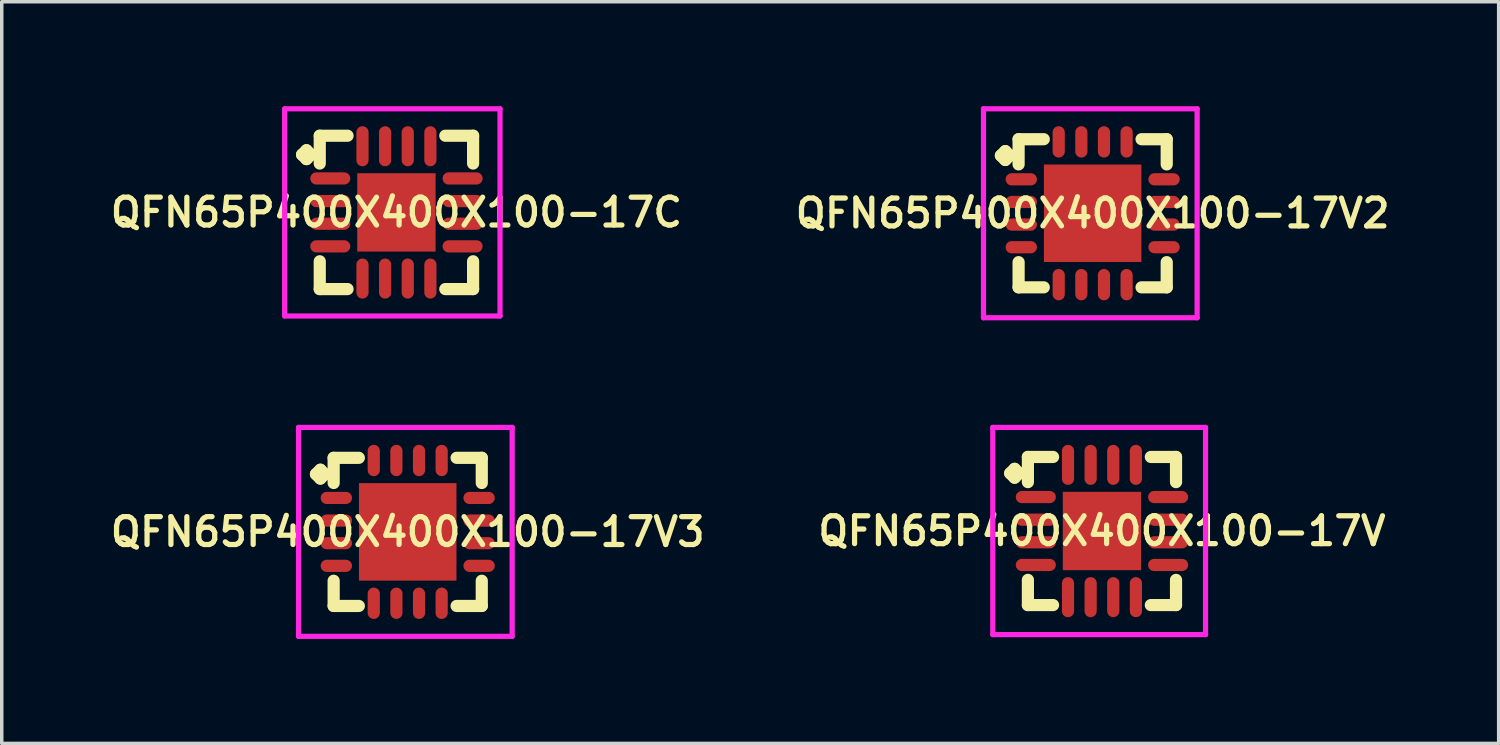
<source format=kicad_pcb>
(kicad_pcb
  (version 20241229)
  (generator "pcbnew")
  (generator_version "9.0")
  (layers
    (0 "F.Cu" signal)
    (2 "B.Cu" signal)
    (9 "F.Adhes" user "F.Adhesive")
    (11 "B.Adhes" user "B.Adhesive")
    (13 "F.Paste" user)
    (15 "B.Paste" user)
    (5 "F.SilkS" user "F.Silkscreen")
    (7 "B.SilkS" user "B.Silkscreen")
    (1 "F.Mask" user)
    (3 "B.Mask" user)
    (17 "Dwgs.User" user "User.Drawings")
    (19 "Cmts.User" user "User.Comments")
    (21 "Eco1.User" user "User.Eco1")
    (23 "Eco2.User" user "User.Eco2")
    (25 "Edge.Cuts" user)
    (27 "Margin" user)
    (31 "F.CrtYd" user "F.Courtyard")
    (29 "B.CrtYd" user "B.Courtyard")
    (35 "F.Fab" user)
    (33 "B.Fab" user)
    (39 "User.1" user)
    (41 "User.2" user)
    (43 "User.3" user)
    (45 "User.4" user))
  (footprint "QFN65P400X400X100-17V2"
    (layer "F.Cu")
    (at 28.33 3.075)
    (property "Reference" "QFN65P400X400X100-17V2" (at 0 0 0) (layer "F.SilkS") (effects (font (size 0.8 0.8) (thickness 0.15))))
    (attr smd)
    (fp_line (start -2.635 -1.658) (end -2.508 -1.785) (stroke (width 0.35) (type solid)) (layer "F.SilkS"))
    (fp_line (start -2.508 -1.785) (end -2.381 -1.658) (stroke (width 0.35) (type solid)) (layer "F.SilkS"))
    (fp_line (start -2.508 -1.531) (end -2.635 -1.658) (stroke (width 0.35) (type solid)) (layer "F.SilkS"))
    (fp_line (start -2.381 -1.658) (end -2.508 -1.531) (stroke (width 0.35) (type solid)) (layer "F.SilkS"))
    (fp_line (start -2.127 -2.127) (end -1.404 -2.127) (stroke (width 0.35) (type solid)) (layer "F.SilkS"))
    (fp_line (start -2.127 -1.404) (end -2.127 -2.127) (stroke (width 0.35) (type solid)) (layer "F.SilkS"))
    (fp_line (start -2.127 1.404) (end -2.127 2.127) (stroke (width 0.35) (type solid)) (layer "F.SilkS"))
    (fp_line (start -2.127 2.127) (end -1.404 2.127) (stroke (width 0.35) (type solid)) (layer "F.SilkS"))
    (fp_line (start 1.404 -2.127) (end 2.127 -2.127) (stroke (width 0.35) (type solid)) (layer "F.SilkS"))
    (fp_line (start 1.404 2.127) (end 2.127 2.127) (stroke (width 0.35) (type solid)) (layer "F.SilkS"))
    (fp_line (start 2.127 -2.127) (end 2.127 -1.404) (stroke (width 0.35) (type solid)) (layer "F.SilkS"))
    (fp_line (start 2.127 2.127) (end 2.127 1.404) (stroke (width 0.35) (type solid)) (layer "F.SilkS"))
    (fp_line (start -3.135 -3) (end 3 -3) (stroke (width 0.15) (type solid)) (layer "F.CrtYd"))
    (fp_line (start -3.135 3) (end -3.135 -3) (stroke (width 0.15) (type solid)) (layer "F.CrtYd"))
    (fp_line (start 3 -3) (end 3 3) (stroke (width 0.15) (type solid)) (layer "F.CrtYd"))
    (fp_line (start 3 3) (end -3.135 3) (stroke (width 0.15) (type solid)) (layer "F.CrtYd"))
    (pad "1" smd oval (at -2.05 -0.975) (size 0.9 0.35) (layers "F.Cu" "F.Mask" "F.Paste"))
    (pad "2" smd oval (at -2.05 -0.325) (size 0.9 0.35) (layers "F.Cu" "F.Mask" "F.Paste"))
    (pad "3" smd oval (at -2.05 0.325) (size 0.9 0.35) (layers "F.Cu" "F.Mask" "F.Paste"))
    (pad "4" smd oval (at -2.05 0.975) (size 0.9 0.35) (layers "F.Cu" "F.Mask" "F.Paste"))
    (pad "5" smd oval (at -0.975 2.05) (size 0.35 0.9) (layers "F.Cu" "F.Mask" "F.Paste"))
    (pad "6" smd oval (at -0.325 2.05) (size 0.35 0.9) (layers "F.Cu" "F.Mask" "F.Paste"))
    (pad "7" smd oval (at 0.325 2.05) (size 0.35 0.9) (layers "F.Cu" "F.Mask" "F.Paste"))
    (pad "8" smd oval (at 0.975 2.05) (size 0.35 0.9) (layers "F.Cu" "F.Mask" "F.Paste"))
    (pad "9" smd oval (at 2.05 0.975) (size 0.9 0.35) (layers "F.Cu" "F.Mask" "F.Paste"))
    (pad "10" smd oval (at 2.05 0.325) (size 0.9 0.35) (layers "F.Cu" "F.Mask" "F.Paste"))
    (pad "11" smd oval (at 2.05 -0.325) (size 0.9 0.35) (layers "F.Cu" "F.Mask" "F.Paste"))
    (pad "12" smd oval (at 2.05 -0.975) (size 0.9 0.35) (layers "F.Cu" "F.Mask" "F.Paste"))
    (pad "13" smd oval (at 0.975 -2.05) (size 0.35 0.9) (layers "F.Cu" "F.Mask" "F.Paste"))
    (pad "14" smd oval (at 0.325 -2.05) (size 0.35 0.9) (layers "F.Cu" "F.Mask" "F.Paste"))
    (pad "15" smd oval (at -0.325 -2.05) (size 0.35 0.9) (layers "F.Cu" "F.Mask" "F.Paste"))
    (pad "16" smd oval (at -0.975 -2.05) (size 0.35 0.9) (layers "F.Cu" "F.Mask" "F.Paste"))
    (pad "17" smd rect (at 0 0) (size 2.8 2.8) (layers "F.Cu" "F.Mask" "F.Paste")))
  (footprint "QFN65P400X400X100-17C"
    (layer "F.Cu")
    (at 8.335 3.05)
    (property "Reference" "QFN65P400X400X100-17C" (at 0 0 0) (layer "F.SilkS") (effects (font (size 0.8 0.8) (thickness 0.15))))
    (attr smd)
    (fp_line (start -2.71 -1.658) (end -2.583 -1.785) (stroke (width 0.35) (type solid)) (layer "F.SilkS"))
    (fp_line (start -2.583 -1.785) (end -2.456 -1.658) (stroke (width 0.35) (type solid)) (layer "F.SilkS"))
    (fp_line (start -2.583 -1.531) (end -2.71 -1.658) (stroke (width 0.35) (type solid)) (layer "F.SilkS"))
    (fp_line (start -2.456 -1.658) (end -2.583 -1.531) (stroke (width 0.35) (type solid)) (layer "F.SilkS"))
    (fp_line (start -2.202 -2.202) (end -1.404 -2.202) (stroke (width 0.35) (type solid)) (layer "F.SilkS"))
    (fp_line (start -2.202 -1.404) (end -2.202 -2.202) (stroke (width 0.35) (type solid)) (layer "F.SilkS"))
    (fp_line (start -2.202 1.404) (end -2.202 2.202) (stroke (width 0.35) (type solid)) (layer "F.SilkS"))
    (fp_line (start -2.202 2.202) (end -1.404 2.202) (stroke (width 0.35) (type solid)) (layer "F.SilkS"))
    (fp_line (start 1.404 -2.202) (end 2.202 -2.202) (stroke (width 0.35) (type solid)) (layer "F.SilkS"))
    (fp_line (start 1.404 2.202) (end 2.202 2.202) (stroke (width 0.35) (type solid)) (layer "F.SilkS"))
    (fp_line (start 2.202 -2.202) (end 2.202 -1.404) (stroke (width 0.35) (type solid)) (layer "F.SilkS"))
    (fp_line (start 2.202 2.202) (end 2.202 1.404) (stroke (width 0.35) (type solid)) (layer "F.SilkS"))
    (fp_line (start -3.21 -2.975) (end 2.975 -2.975) (stroke (width 0.15) (type solid)) (layer "F.CrtYd"))
    (fp_line (start -3.21 2.975) (end -3.21 -2.975) (stroke (width 0.15) (type solid)) (layer "F.CrtYd"))
    (fp_line (start 2.975 -2.975) (end 2.975 2.975) (stroke (width 0.15) (type solid)) (layer "F.CrtYd"))
    (fp_line (start 2.975 2.975) (end -3.21 2.975) (stroke (width 0.15) (type solid)) (layer "F.CrtYd"))
    (pad "1" smd oval (at -1.9 -0.975) (size 1.15 0.35) (layers "F.Cu" "F.Mask" "F.Paste"))
    (pad "2" smd oval (at -1.9 -0.325) (size 1.15 0.35) (layers "F.Cu" "F.Mask" "F.Paste"))
    (pad "3" smd oval (at -1.9 0.325) (size 1.15 0.35) (layers "F.Cu" "F.Mask" "F.Paste"))
    (pad "4" smd oval (at -1.9 0.975) (size 1.15 0.35) (layers "F.Cu" "F.Mask" "F.Paste"))
    (pad "5" smd oval (at -0.975 1.9) (size 0.35 1.15) (layers "F.Cu" "F.Mask" "F.Paste"))
    (pad "6" smd oval (at -0.325 1.9) (size 0.35 1.15) (layers "F.Cu" "F.Mask" "F.Paste"))
    (pad "7" smd oval (at 0.325 1.9) (size 0.35 1.15) (layers "F.Cu" "F.Mask" "F.Paste"))
    (pad "8" smd oval (at 0.975 1.9) (size 0.35 1.15) (layers "F.Cu" "F.Mask" "F.Paste"))
    (pad "9" smd oval (at 1.9 0.975) (size 1.15 0.35) (layers "F.Cu" "F.Mask" "F.Paste"))
    (pad "10" smd oval (at 1.9 0.325) (size 1.15 0.35) (layers "F.Cu" "F.Mask" "F.Paste"))
    (pad "11" smd oval (at 1.9 -0.325) (size 1.15 0.35) (layers "F.Cu" "F.Mask" "F.Paste"))
    (pad "12" smd oval (at 1.9 -0.975) (size 1.15 0.35) (layers "F.Cu" "F.Mask" "F.Paste"))
    (pad "13" smd oval (at 0.975 -1.9) (size 0.35 1.15) (layers "F.Cu" "F.Mask" "F.Paste"))
    (pad "14" smd oval (at 0.325 -1.9) (size 0.35 1.15) (layers "F.Cu" "F.Mask" "F.Paste"))
    (pad "15" smd oval (at -0.325 -1.9) (size 0.35 1.15) (layers "F.Cu" "F.Mask" "F.Paste"))
    (pad "16" smd oval (at -0.975 -1.9) (size 0.35 1.15) (layers "F.Cu" "F.Mask" "F.Paste"))
    (pad "17" smd rect (at 0 0) (size 2.25 2.25) (layers "F.Cu" "F.Mask" "F.Paste")))
  (footprint "QFN65P400X400X100-17V3"
    (layer "F.Cu")
    (at 8.659 12.225)
    (property "Reference" "QFN65P400X400X100-17V3" (at 0 0 0) (layer "F.SilkS") (effects (font (size 0.8 0.8) (thickness 0.15))))
    (attr smd)
    (fp_line (start -2.635 -1.658) (end -2.508 -1.785) (stroke (width 0.35) (type solid)) (layer "F.SilkS"))
    (fp_line (start -2.508 -1.785) (end -2.381 -1.658) (stroke (width 0.35) (type solid)) (layer "F.SilkS"))
    (fp_line (start -2.508 -1.531) (end -2.635 -1.658) (stroke (width 0.35) (type solid)) (layer "F.SilkS"))
    (fp_line (start -2.381 -1.658) (end -2.508 -1.531) (stroke (width 0.35) (type solid)) (layer "F.SilkS"))
    (fp_line (start -2.127 -2.127) (end -1.404 -2.127) (stroke (width 0.35) (type solid)) (layer "F.SilkS"))
    (fp_line (start -2.127 -1.404) (end -2.127 -2.127) (stroke (width 0.35) (type solid)) (layer "F.SilkS"))
    (fp_line (start -2.127 1.404) (end -2.127 2.127) (stroke (width 0.35) (type solid)) (layer "F.SilkS"))
    (fp_line (start -2.127 2.127) (end -1.404 2.127) (stroke (width 0.35) (type solid)) (layer "F.SilkS"))
    (fp_line (start 1.404 -2.127) (end 2.127 -2.127) (stroke (width 0.35) (type solid)) (layer "F.SilkS"))
    (fp_line (start 1.404 2.127) (end 2.127 2.127) (stroke (width 0.35) (type solid)) (layer "F.SilkS"))
    (fp_line (start 2.127 -2.127) (end 2.127 -1.404) (stroke (width 0.35) (type solid)) (layer "F.SilkS"))
    (fp_line (start 2.127 2.127) (end 2.127 1.404) (stroke (width 0.35) (type solid)) (layer "F.SilkS"))
    (fp_line (start -3.135 -3) (end 3 -3) (stroke (width 0.15) (type solid)) (layer "F.CrtYd"))
    (fp_line (start -3.135 3) (end -3.135 -3) (stroke (width 0.15) (type solid)) (layer "F.CrtYd"))
    (fp_line (start 3 -3) (end 3 3) (stroke (width 0.15) (type solid)) (layer "F.CrtYd"))
    (fp_line (start 3 3) (end -3.135 3) (stroke (width 0.15) (type solid)) (layer "F.CrtYd"))
    (pad "1" smd oval (at -2.05 -0.975) (size 0.9 0.35) (layers "F.Cu" "F.Mask" "F.Paste"))
    (pad "2" smd oval (at -2.05 -0.325) (size 0.9 0.35) (layers "F.Cu" "F.Mask" "F.Paste"))
    (pad "3" smd oval (at -2.05 0.325) (size 0.9 0.35) (layers "F.Cu" "F.Mask" "F.Paste"))
    (pad "4" smd oval (at -2.05 0.975) (size 0.9 0.35) (layers "F.Cu" "F.Mask" "F.Paste"))
    (pad "5" smd oval (at -0.975 2.05) (size 0.35 0.9) (layers "F.Cu" "F.Mask" "F.Paste"))
    (pad "6" smd oval (at -0.325 2.05) (size 0.35 0.9) (layers "F.Cu" "F.Mask" "F.Paste"))
    (pad "7" smd oval (at 0.325 2.05) (size 0.35 0.9) (layers "F.Cu" "F.Mask" "F.Paste"))
    (pad "8" smd oval (at 0.975 2.05) (size 0.35 0.9) (layers "F.Cu" "F.Mask" "F.Paste"))
    (pad "9" smd oval (at 2.05 0.975) (size 0.9 0.35) (layers "F.Cu" "F.Mask" "F.Paste"))
    (pad "10" smd oval (at 2.05 0.325) (size 0.9 0.35) (layers "F.Cu" "F.Mask" "F.Paste"))
    (pad "11" smd oval (at 2.05 -0.325) (size 0.9 0.35) (layers "F.Cu" "F.Mask" "F.Paste"))
    (pad "12" smd oval (at 2.05 -0.975) (size 0.9 0.35) (layers "F.Cu" "F.Mask" "F.Paste"))
    (pad "13" smd oval (at 0.975 -2.05) (size 0.35 0.9) (layers "F.Cu" "F.Mask" "F.Paste"))
    (pad "14" smd oval (at 0.325 -2.05) (size 0.35 0.9) (layers "F.Cu" "F.Mask" "F.Paste"))
    (pad "15" smd oval (at -0.325 -2.05) (size 0.35 0.9) (layers "F.Cu" "F.Mask" "F.Paste"))
    (pad "16" smd oval (at -0.975 -2.05) (size 0.35 0.9) (layers "F.Cu" "F.Mask" "F.Paste"))
    (pad "17" smd rect (at 0 0) (size 2.8 2.8) (layers "F.Cu" "F.Mask" "F.Paste")))
  (footprint "QFN65P400X400X100-17V"
    (layer "F.Cu")
    (at 28.597 12.2)
    (property "Reference" "QFN65P400X400X100-17V" (at 0 0 0) (layer "F.SilkS") (effects (font (size 0.8 0.8) (thickness 0.15))))
    (attr smd)
    (fp_line (start -2.635 -1.658) (end -2.508 -1.785) (stroke (width 0.35) (type solid)) (layer "F.SilkS"))
    (fp_line (start -2.508 -1.785) (end -2.381 -1.658) (stroke (width 0.35) (type solid)) (layer "F.SilkS"))
    (fp_line (start -2.508 -1.531) (end -2.635 -1.658) (stroke (width 0.35) (type solid)) (layer "F.SilkS"))
    (fp_line (start -2.381 -1.658) (end -2.508 -1.531) (stroke (width 0.35) (type solid)) (layer "F.SilkS"))
    (fp_line (start -2.127 -2.127) (end -1.404 -2.127) (stroke (width 0.35) (type solid)) (layer "F.SilkS"))
    (fp_line (start -2.127 -1.404) (end -2.127 -2.127) (stroke (width 0.35) (type solid)) (layer "F.SilkS"))
    (fp_line (start -2.127 1.404) (end -2.127 2.127) (stroke (width 0.35) (type solid)) (layer "F.SilkS"))
    (fp_line (start -2.127 2.127) (end -1.404 2.127) (stroke (width 0.35) (type solid)) (layer "F.SilkS"))
    (fp_line (start 1.404 -2.127) (end 2.127 -2.127) (stroke (width 0.35) (type solid)) (layer "F.SilkS"))
    (fp_line (start 1.404 2.127) (end 2.127 2.127) (stroke (width 0.35) (type solid)) (layer "F.SilkS"))
    (fp_line (start 2.127 -2.127) (end 2.127 -1.404) (stroke (width 0.35) (type solid)) (layer "F.SilkS"))
    (fp_line (start 2.127 2.127) (end 2.127 1.404) (stroke (width 0.35) (type solid)) (layer "F.SilkS"))
    (fp_line (start -3.135 -2.975) (end 2.975 -2.975) (stroke (width 0.15) (type solid)) (layer "F.CrtYd"))
    (fp_line (start -3.135 2.975) (end -3.135 -2.975) (stroke (width 0.15) (type solid)) (layer "F.CrtYd"))
    (fp_line (start 2.975 -2.975) (end 2.975 2.975) (stroke (width 0.15) (type solid)) (layer "F.CrtYd"))
    (fp_line (start 2.975 2.975) (end -3.135 2.975) (stroke (width 0.15) (type solid)) (layer "F.CrtYd"))
    (pad "1" smd oval (at -1.9 -0.975) (size 1.15 0.35) (layers "F.Cu" "F.Mask" "F.Paste"))
    (pad "2" smd oval (at -1.9 -0.325) (size 1.15 0.35) (layers "F.Cu" "F.Mask" "F.Paste"))
    (pad "3" smd oval (at -1.9 0.325) (size 1.15 0.35) (layers "F.Cu" "F.Mask" "F.Paste"))
    (pad "4" smd oval (at -1.9 0.975) (size 1.15 0.35) (layers "F.Cu" "F.Mask" "F.Paste"))
    (pad "5" smd oval (at -0.975 1.9) (size 0.35 1.15) (layers "F.Cu" "F.Mask" "F.Paste"))
    (pad "6" smd oval (at -0.325 1.9) (size 0.35 1.15) (layers "F.Cu" "F.Mask" "F.Paste"))
    (pad "7" smd oval (at 0.325 1.9) (size 0.35 1.15) (layers "F.Cu" "F.Mask" "F.Paste"))
    (pad "8" smd oval (at 0.975 1.9) (size 0.35 1.15) (layers "F.Cu" "F.Mask" "F.Paste"))
    (pad "9" smd oval (at 1.9 0.975) (size 1.15 0.35) (layers "F.Cu" "F.Mask" "F.Paste"))
    (pad "10" smd oval (at 1.9 0.325) (size 1.15 0.35) (layers "F.Cu" "F.Mask" "F.Paste"))
    (pad "11" smd oval (at 1.9 -0.325) (size 1.15 0.35) (layers "F.Cu" "F.Mask" "F.Paste"))
    (pad "12" smd oval (at 1.9 -0.975) (size 1.15 0.35) (layers "F.Cu" "F.Mask" "F.Paste"))
    (pad "13" smd oval (at 0.975 -1.9) (size 0.35 1.15) (layers "F.Cu" "F.Mask" "F.Paste"))
    (pad "14" smd oval (at 0.325 -1.9) (size 0.35 1.15) (layers "F.Cu" "F.Mask" "F.Paste"))
    (pad "15" smd oval (at -0.325 -1.9) (size 0.35 1.15) (layers "F.Cu" "F.Mask" "F.Paste"))
    (pad "16" smd oval (at -0.975 -1.9) (size 0.35 1.15) (layers "F.Cu" "F.Mask" "F.Paste"))
    (pad "17" smd rect (at 0 0) (size 2.25 2.25) (layers "F.Cu" "F.Mask" "F.Paste")))
  (gr_rect
    (start -3 -3)
    (end 39.99 18.3)
    (stroke (width 0.1) (type default))
    (fill no)
    (layer "Edge.Cuts")))
</source>
